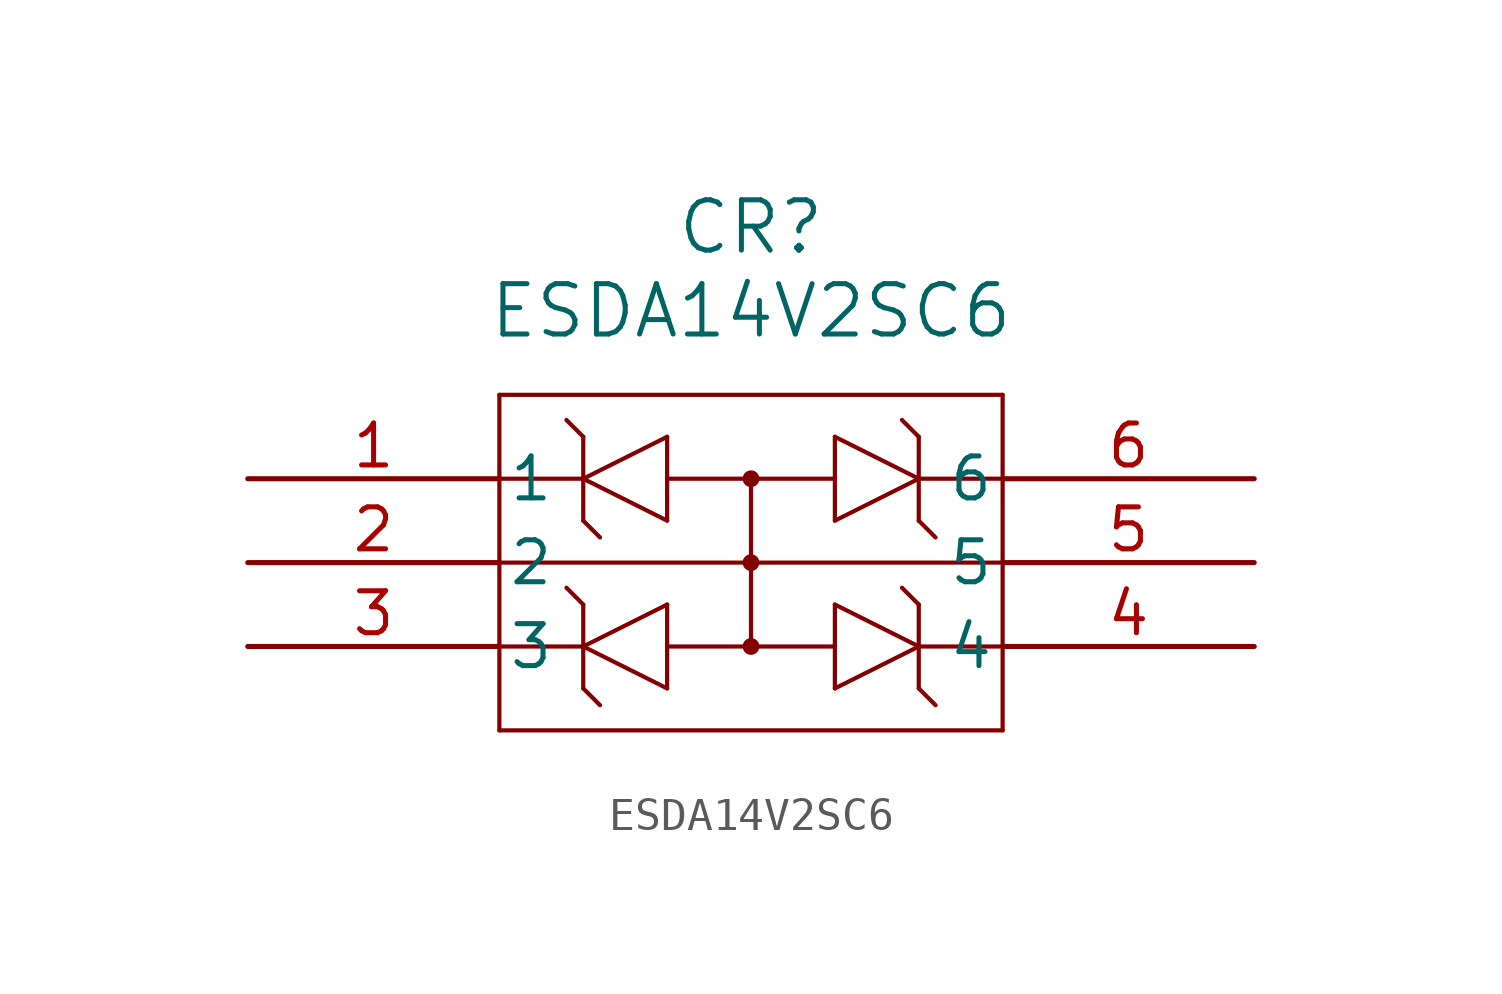
<source format=kicad_sym>
(kicad_symbol_lib
  (version 20231120)
  (generator "kicad_symbol_editor")
  (generator_version "8.0")
  (symbol "ESDA14V2SC6"
    (pin_names
      (offset 0.254))
    (property "Reference" "CR"
      (at 15.24 7.62 0)
      (effects (font (size 1.524 1.524))))
    (property "Value" "ESDA14V2SC6"
      (at 15.24 5.08 0)
      (effects (font (size 1.524 1.524))))
    (property "ki_locked" ""
      (at 0 0 0)
      (effects (font (size 1.27 1.27))))
    (symbol "ESDA14V2SC6_0_1"
      (polyline (pts (xy 7.62 -7.62) (xy 22.86 -7.62)) (stroke (width 0.127) (type default)) (fill (type none)))
      (polyline (pts (xy 7.62 -5.08) (xy 10.16 -5.08)) (stroke (width 0.127) (type default)) (fill (type none)))
      (polyline (pts (xy 7.62 2.54) (xy 7.62 -7.62)) (stroke (width 0.127) (type default)) (fill (type none)))
      (polyline (pts (xy 10.16 -6.35) (xy 10.668 -6.858)) (stroke (width 0.127) (type default)) (fill (type none)))
      (polyline (pts (xy 10.16 -5.08) (xy 12.7 -3.81)) (stroke (width 0.127) (type default)) (fill (type none)))
      (polyline (pts (xy 10.16 -3.81) (xy 9.652 -3.302)) (stroke (width 0.127) (type default)) (fill (type none)))
      (polyline (pts (xy 10.16 -3.81) (xy 10.16 -6.35)) (stroke (width 0.127) (type default)) (fill (type none)))
      (polyline (pts (xy 10.16 -1.27) (xy 10.668 -1.778)) (stroke (width 0.127) (type default)) (fill (type none)))
      (polyline (pts (xy 10.16 0) (xy 7.62 0)) (stroke (width 0.127) (type default)) (fill (type none)))
      (polyline (pts (xy 10.16 0) (xy 12.7 1.27)) (stroke (width 0.127) (type default)) (fill (type none)))
      (polyline (pts (xy 10.16 1.27) (xy 9.652 1.778)) (stroke (width 0.127) (type default)) (fill (type none)))
      (polyline (pts (xy 10.16 1.27) (xy 10.16 -1.27)) (stroke (width 0.127) (type default)) (fill (type none)))
      (polyline (pts (xy 12.7 -6.35) (xy 10.16 -5.08)) (stroke (width 0.127) (type default)) (fill (type none)))
      (polyline (pts (xy 12.7 -5.08) (xy 17.78 -5.08)) (stroke (width 0.127) (type default)) (fill (type none)))
      (polyline (pts (xy 12.7 -3.81) (xy 12.7 -6.35)) (stroke (width 0.127) (type default)) (fill (type none)))
      (polyline (pts (xy 12.7 -1.27) (xy 10.16 0)) (stroke (width 0.127) (type default)) (fill (type none)))
      (polyline (pts (xy 12.7 0) (xy 17.78 0)) (stroke (width 0.127) (type default)) (fill (type none)))
      (polyline (pts (xy 12.7 1.27) (xy 12.7 -1.27)) (stroke (width 0.127) (type default)) (fill (type none)))
      (polyline (pts (xy 15.24 -2.54) (xy 7.62 -2.54)) (stroke (width 0.127) (type default)) (fill (type none)))
      (polyline (pts (xy 15.24 -2.54) (xy 22.86 -2.54)) (stroke (width 0.127) (type default)) (fill (type none)))
      (polyline (pts (xy 15.24 0) (xy 15.24 -5.08)) (stroke (width 0.127) (type default)) (fill (type none)))
      (polyline (pts (xy 17.78 -6.35) (xy 20.32 -5.08)) (stroke (width 0.127) (type default)) (fill (type none)))
      (polyline (pts (xy 17.78 -3.81) (xy 17.78 -6.35)) (stroke (width 0.127) (type default)) (fill (type none)))
      (polyline (pts (xy 17.78 -1.27) (xy 20.32 0)) (stroke (width 0.127) (type default)) (fill (type none)))
      (polyline (pts (xy 17.78 1.27) (xy 17.78 -1.27)) (stroke (width 0.127) (type default)) (fill (type none)))
      (polyline (pts (xy 20.32 -6.35) (xy 20.828 -6.858)) (stroke (width 0.127) (type default)) (fill (type none)))
      (polyline (pts (xy 20.32 -5.08) (xy 17.78 -3.81)) (stroke (width 0.127) (type default)) (fill (type none)))
      (polyline (pts (xy 20.32 -3.81) (xy 19.812 -3.302)) (stroke (width 0.127) (type default)) (fill (type none)))
      (polyline (pts (xy 20.32 -3.81) (xy 20.32 -6.35)) (stroke (width 0.127) (type default)) (fill (type none)))
      (polyline (pts (xy 20.32 -1.27) (xy 20.828 -1.778)) (stroke (width 0.127) (type default)) (fill (type none)))
      (polyline (pts (xy 20.32 0) (xy 17.78 1.27)) (stroke (width 0.127) (type default)) (fill (type none)))
      (polyline (pts (xy 20.32 0) (xy 22.86 0)) (stroke (width 0.127) (type default)) (fill (type none)))
      (polyline (pts (xy 20.32 1.27) (xy 19.812 1.778)) (stroke (width 0.127) (type default)) (fill (type none)))
      (polyline (pts (xy 20.32 1.27) (xy 20.32 -1.27)) (stroke (width 0.127) (type default)) (fill (type none)))
      (polyline (pts (xy 22.86 -7.62) (xy 22.86 2.54)) (stroke (width 0.127) (type default)) (fill (type none)))
      (polyline (pts (xy 22.86 -5.08) (xy 20.32 -5.08)) (stroke (width 0.127) (type default)) (fill (type none)))
      (polyline (pts (xy 22.86 2.54) (xy 7.62 2.54)) (stroke (width 0.127) (type default)) (fill (type none)))
      (circle (center 15.24 -5.08) (radius 0.127) (stroke (width 0.254) (type default)) (fill (type none)))
      (circle (center 15.24 -2.54) (radius 0.127) (stroke (width 0.254) (type default)) (fill (type none)))
      (circle (center 15.24 0) (radius 0.127) (stroke (width 0.254) (type default)) (fill (type none)))
      (pin passive line (at 0 0 0) (length 7.62) (name "1" (effects (font (size 1.27 1.27)))) (number "1" (effects (font (size 1.27 1.27)))))
      (pin passive line (at 0 -2.54 0) (length 7.62) (name "2" (effects (font (size 1.27 1.27)))) (number "2" (effects (font (size 1.27 1.27)))))
      (pin passive line (at 0 -5.08 0) (length 7.62) (name "3" (effects (font (size 1.27 1.27)))) (number "3" (effects (font (size 1.27 1.27)))))
      (pin passive line (at 30.48 -5.08 180) (length 7.62) (name "4" (effects (font (size 1.27 1.27)))) (number "4" (effects (font (size 1.27 1.27)))))
      (pin passive line (at 30.48 -2.54 180) (length 7.62) (name "5" (effects (font (size 1.27 1.27)))) (number "5" (effects (font (size 1.27 1.27)))))
      (pin passive line (at 30.48 0 180) (length 7.62) (name "6" (effects (font (size 1.27 1.27)))) (number "6" (effects (font (size 1.27 1.27))))))))
</source>
